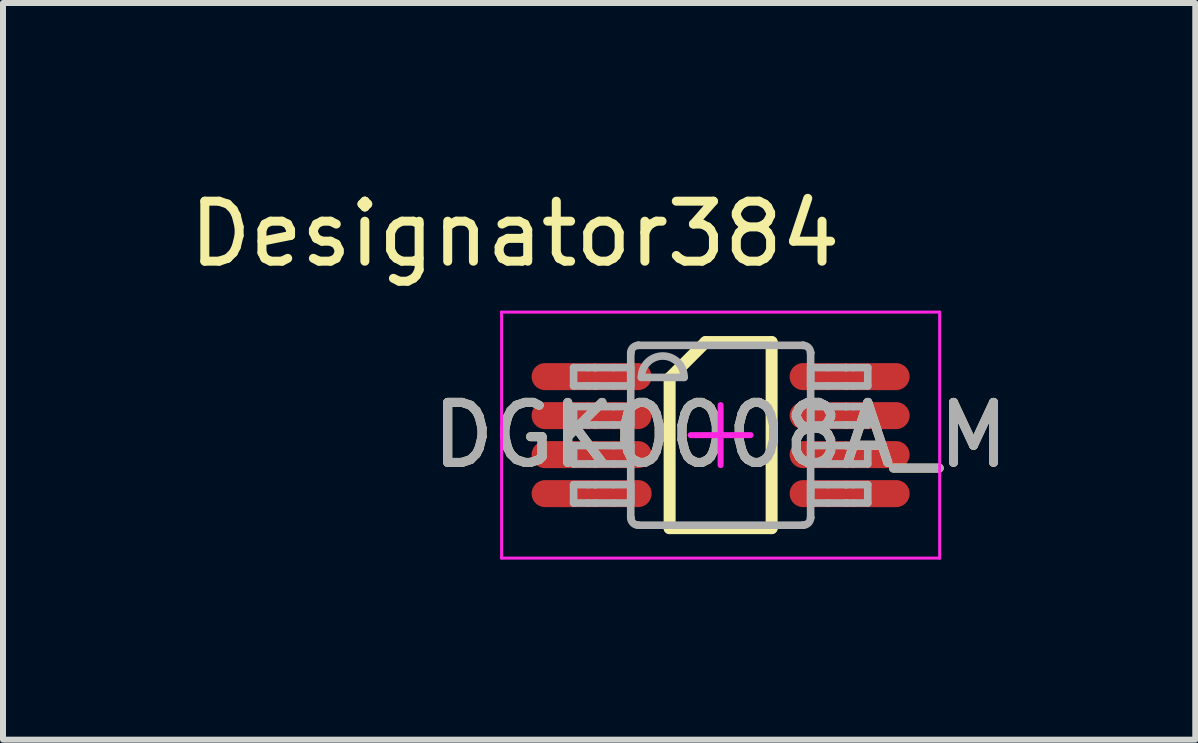
<source format=kicad_pcb>
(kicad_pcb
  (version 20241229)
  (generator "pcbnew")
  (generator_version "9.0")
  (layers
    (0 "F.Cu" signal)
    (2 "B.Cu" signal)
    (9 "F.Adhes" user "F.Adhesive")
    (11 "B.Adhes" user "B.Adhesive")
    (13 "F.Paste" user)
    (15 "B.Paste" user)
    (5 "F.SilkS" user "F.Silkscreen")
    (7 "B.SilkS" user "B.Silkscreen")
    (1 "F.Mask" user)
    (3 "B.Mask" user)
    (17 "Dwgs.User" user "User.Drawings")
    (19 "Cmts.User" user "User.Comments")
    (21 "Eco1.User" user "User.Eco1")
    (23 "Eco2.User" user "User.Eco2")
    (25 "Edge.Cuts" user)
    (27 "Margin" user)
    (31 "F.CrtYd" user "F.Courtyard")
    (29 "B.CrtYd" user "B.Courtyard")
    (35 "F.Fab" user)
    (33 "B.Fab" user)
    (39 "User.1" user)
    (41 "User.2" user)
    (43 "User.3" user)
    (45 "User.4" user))
  (footprint "DGK0008A_M"
    (layer "F.Cu")
    (at 8.959 4.201)
    (property "Reference" "DGK0008A_M" (at 0 0 0) (unlocked yes) (layer "F.SilkS") (effects (font (size 1 1) (thickness 0.15))))
    (attr smd)
    (fp_line (start -0.85 -0.95) (end -0.25 -1.55) (stroke (width 0.2) (type solid)) (layer "F.SilkS"))
    (fp_line (start -0.85 1.55) (end -0.85 -0.95) (stroke (width 0.2) (type solid)) (layer "F.SilkS"))
    (fp_line (start -0.85 1.55) (end 0.85 1.55) (stroke (width 0.2) (type solid)) (layer "F.SilkS"))
    (fp_line (start -0.25 -1.55) (end 0.85 -1.55) (stroke (width 0.2) (type solid)) (layer "F.SilkS"))
    (fp_line (start 0.85 1.55) (end 0.85 -1.55) (stroke (width 0.2) (type solid)) (layer "F.SilkS"))
    (fp_line (start -3.65 -2.05) (end 3.65 -2.05) (stroke (width 0.05) (type solid)) (layer "F.CrtYd"))
    (fp_line (start -3.65 2.05) (end -3.65 -2.05) (stroke (width 0.05) (type solid)) (layer "F.CrtYd"))
    (fp_line (start -3.65 2.05) (end 3.65 2.05) (stroke (width 0.05) (type solid)) (layer "F.CrtYd"))
    (fp_line (start -0.5 -0.000003) (end 0.5 -0.000003) (stroke (width 0.1) (type solid)) (layer "F.CrtYd"))
    (fp_line (start 0.000003 0.5) (end 0.000003 -0.5) (stroke (width 0.1) (type solid)) (layer "F.CrtYd"))
    (fp_line (start 3.65 2.05) (end 3.65 -2.05) (stroke (width 0.05) (type solid)) (layer "F.CrtYd"))
    (fp_line (start -2.45 -1.125) (end -2.21 -1.125) (stroke (width 0.127) (type solid)) (layer "F.Fab"))
    (fp_line (start -2.45 -0.82) (end -2.45 -1.125) (stroke (width 0.127) (type solid)) (layer "F.Fab"))
    (fp_line (start -2.45 -0.82) (end -2.21 -0.82) (stroke (width 0.127) (type solid)) (layer "F.Fab"))
    (fp_line (start -2.45 -0.475) (end -2.21 -0.475) (stroke (width 0.127) (type solid)) (layer "F.Fab"))
    (fp_line (start -2.45 -0.17) (end -2.45 -0.475) (stroke (width 0.127) (type solid)) (layer "F.Fab"))
    (fp_line (start -2.45 -0.17) (end -2.21 -0.17) (stroke (width 0.127) (type solid)) (layer "F.Fab"))
    (fp_line (start -2.45 0.175) (end -2.21 0.175) (stroke (width 0.127) (type solid)) (layer "F.Fab"))
    (fp_line (start -2.45 0.48) (end -2.45 0.175) (stroke (width 0.127) (type solid)) (layer "F.Fab"))
    (fp_line (start -2.45 0.48) (end -2.21 0.48) (stroke (width 0.127) (type solid)) (layer "F.Fab"))
    (fp_line (start -2.45 0.826) (end -2.21 0.826) (stroke (width 0.127) (type solid)) (layer "F.Fab"))
    (fp_line (start -2.45 1.131) (end -2.45 0.826) (stroke (width 0.127) (type solid)) (layer "F.Fab"))
    (fp_line (start -2.45 1.131) (end -2.21 1.131) (stroke (width 0.127) (type solid)) (layer "F.Fab"))
    (fp_line (start -2.21 -1.125) (end -2.091 -1.125) (stroke (width 0.127) (type solid)) (layer "F.Fab"))
    (fp_line (start -2.21 -0.82) (end -2.091 -0.82) (stroke (width 0.127) (type solid)) (layer "F.Fab"))
    (fp_line (start -2.21 -0.475) (end -2.091 -0.475) (stroke (width 0.127) (type solid)) (layer "F.Fab"))
    (fp_line (start -2.21 -0.17) (end -2.091 -0.17) (stroke (width 0.127) (type solid)) (layer "F.Fab"))
    (fp_line (start -2.21 0.175) (end -2.091 0.175) (stroke (width 0.127) (type solid)) (layer "F.Fab"))
    (fp_line (start -2.21 0.48) (end -2.091 0.48) (stroke (width 0.127) (type solid)) (layer "F.Fab"))
    (fp_line (start -2.21 0.826) (end -2.091 0.826) (stroke (width 0.127) (type solid)) (layer "F.Fab"))
    (fp_line (start -2.21 1.131) (end -2.091 1.131) (stroke (width 0.127) (type solid)) (layer "F.Fab"))
    (fp_line (start -2.091 -1.125) (end -2.087 -1.125) (stroke (width 0.127) (type solid)) (layer "F.Fab"))
    (fp_line (start -2.091 -0.82) (end -2.087 -0.82) (stroke (width 0.127) (type solid)) (layer "F.Fab"))
    (fp_line (start -2.091 -0.475) (end -2.087 -0.475) (stroke (width 0.127) (type solid)) (layer "F.Fab"))
    (fp_line (start -2.091 -0.17) (end -2.087 -0.17) (stroke (width 0.127) (type solid)) (layer "F.Fab"))
    (fp_line (start -2.091 0.175) (end -2.087 0.175) (stroke (width 0.127) (type solid)) (layer "F.Fab"))
    (fp_line (start -2.091 0.48) (end -2.087 0.48) (stroke (width 0.127) (type solid)) (layer "F.Fab"))
    (fp_line (start -2.091 0.826) (end -2.087 0.826) (stroke (width 0.127) (type solid)) (layer "F.Fab"))
    (fp_line (start -2.091 1.131) (end -2.087 1.131) (stroke (width 0.127) (type solid)) (layer "F.Fab"))
    (fp_line (start -2.087 -1.125) (end -1.784 -1.125) (stroke (width 0.127) (type solid)) (layer "F.Fab"))
    (fp_line (start -2.087 -0.82) (end -1.784 -0.82) (stroke (width 0.127) (type solid)) (layer "F.Fab"))
    (fp_line (start -2.087 -0.475) (end -1.784 -0.475) (stroke (width 0.127) (type solid)) (layer "F.Fab"))
    (fp_line (start -2.087 -0.17) (end -1.784 -0.17) (stroke (width 0.127) (type solid)) (layer "F.Fab"))
    (fp_line (start -2.087 0.175) (end -1.784 0.175) (stroke (width 0.127) (type solid)) (layer "F.Fab"))
    (fp_line (start -2.087 0.48) (end -1.784 0.48) (stroke (width 0.127) (type solid)) (layer "F.Fab"))
    (fp_line (start -2.087 0.826) (end -1.784 0.826) (stroke (width 0.127) (type solid)) (layer "F.Fab"))
    (fp_line (start -2.087 1.131) (end -1.784 1.131) (stroke (width 0.127) (type solid)) (layer "F.Fab"))
    (fp_line (start -1.784 -1.125) (end -1.498 -1.125) (stroke (width 0.127) (type solid)) (layer "F.Fab"))
    (fp_line (start -1.784 -0.82) (end -1.498 -0.82) (stroke (width 0.127) (type solid)) (layer "F.Fab"))
    (fp_line (start -1.784 -0.475) (end -1.498 -0.475) (stroke (width 0.127) (type solid)) (layer "F.Fab"))
    (fp_line (start -1.784 -0.17) (end -1.498 -0.17) (stroke (width 0.127) (type solid)) (layer "F.Fab"))
    (fp_line (start -1.784 0.175) (end -1.498 0.175) (stroke (width 0.127) (type solid)) (layer "F.Fab"))
    (fp_line (start -1.784 0.48) (end -1.498 0.48) (stroke (width 0.127) (type solid)) (layer "F.Fab"))
    (fp_line (start -1.784 0.826) (end -1.498 0.826) (stroke (width 0.127) (type solid)) (layer "F.Fab"))
    (fp_line (start -1.784 1.131) (end -1.498 1.131) (stroke (width 0.127) (type solid)) (layer "F.Fab"))
    (fp_line (start -1.498 -1.369) (end -1.497 -1.372) (stroke (width 0.127) (type solid)) (layer "F.Fab"))
    (fp_line (start -1.498 -0.82) (end -1.498 -1.125) (stroke (width 0.127) (type solid)) (layer "F.Fab"))
    (fp_line (start -1.498 -0.17) (end -1.498 -0.475) (stroke (width 0.127) (type solid)) (layer "F.Fab"))
    (fp_line (start -1.498 0.48) (end -1.498 0.175) (stroke (width 0.127) (type solid)) (layer "F.Fab"))
    (fp_line (start -1.498 1.131) (end -1.498 0.826) (stroke (width 0.127) (type solid)) (layer "F.Fab"))
    (fp_line (start -1.498 1.374) (end -1.498 -1.369) (stroke (width 0.127) (type solid)) (layer "F.Fab"))
    (fp_line (start -1.498 1.374) (end -1.497 1.377) (stroke (width 0.127) (type solid)) (layer "F.Fab"))
    (fp_line (start -1.373 -1.496) (end -1.371 -1.496) (stroke (width 0.127) (type solid)) (layer "F.Fab"))
    (fp_line (start -1.373 1.501) (end -1.371 1.501) (stroke (width 0.127) (type solid)) (layer "F.Fab"))
    (fp_line (start -1.371 -1.496) (end 1.373 -1.496) (stroke (width 0.127) (type solid)) (layer "F.Fab"))
    (fp_line (start -1.371 1.501) (end 1.373 1.501) (stroke (width 0.127) (type solid)) (layer "F.Fab"))
    (fp_line (start -1.32 -0.962) (end -0.609 -0.962) (stroke (width 0.127) (type solid)) (layer "F.Fab"))
    (fp_line (start 1.373 -1.496) (end 1.375 -1.496) (stroke (width 0.127) (type solid)) (layer "F.Fab"))
    (fp_line (start 1.373 1.501) (end 1.375 1.501) (stroke (width 0.127) (type solid)) (layer "F.Fab"))
    (fp_line (start 1.5 -1.372) (end 1.5 -1.369) (stroke (width 0.127) (type solid)) (layer "F.Fab"))
    (fp_line (start 1.5 1.377) (end 1.5 1.374) (stroke (width 0.127) (type solid)) (layer "F.Fab"))
    (fp_line (start 1.5 -1.125) (end 1.786 -1.125) (stroke (width 0.127) (type solid)) (layer "F.Fab"))
    (fp_line (start 1.5 -0.82) (end 1.5 -1.125) (stroke (width 0.127) (type solid)) (layer "F.Fab"))
    (fp_line (start 1.5 -0.82) (end 1.786 -0.82) (stroke (width 0.127) (type solid)) (layer "F.Fab"))
    (fp_line (start 1.5 -0.475) (end 1.786 -0.475) (stroke (width 0.127) (type solid)) (layer "F.Fab"))
    (fp_line (start 1.5 -0.17) (end 1.5 -0.475) (stroke (width 0.127) (type solid)) (layer "F.Fab"))
    (fp_line (start 1.5 -0.17) (end 1.786 -0.17) (stroke (width 0.127) (type solid)) (layer "F.Fab"))
    (fp_line (start 1.5 0.175) (end 1.786 0.175) (stroke (width 0.127) (type solid)) (layer "F.Fab"))
    (fp_line (start 1.5 0.48) (end 1.5 0.175) (stroke (width 0.127) (type solid)) (layer "F.Fab"))
    (fp_line (start 1.5 0.48) (end 1.786 0.48) (stroke (width 0.127) (type solid)) (layer "F.Fab"))
    (fp_line (start 1.5 0.826) (end 1.786 0.826) (stroke (width 0.127) (type solid)) (layer "F.Fab"))
    (fp_line (start 1.5 1.131) (end 1.5 0.826) (stroke (width 0.127) (type solid)) (layer "F.Fab"))
    (fp_line (start 1.5 1.131) (end 1.786 1.131) (stroke (width 0.127) (type solid)) (layer "F.Fab"))
    (fp_line (start 1.5 1.374) (end 1.5 -1.369) (stroke (width 0.127) (type solid)) (layer "F.Fab"))
    (fp_line (start 1.786 -1.125) (end 2.089 -1.125) (stroke (width 0.127) (type solid)) (layer "F.Fab"))
    (fp_line (start 1.786 -0.82) (end 2.089 -0.82) (stroke (width 0.127) (type solid)) (layer "F.Fab"))
    (fp_line (start 1.786 -0.475) (end 2.089 -0.475) (stroke (width 0.127) (type solid)) (layer "F.Fab"))
    (fp_line (start 1.786 -0.17) (end 2.089 -0.17) (stroke (width 0.127) (type solid)) (layer "F.Fab"))
    (fp_line (start 1.786 0.175) (end 2.089 0.175) (stroke (width 0.127) (type solid)) (layer "F.Fab"))
    (fp_line (start 1.786 0.48) (end 2.089 0.48) (stroke (width 0.127) (type solid)) (layer "F.Fab"))
    (fp_line (start 1.786 0.826) (end 2.089 0.826) (stroke (width 0.127) (type solid)) (layer "F.Fab"))
    (fp_line (start 1.786 1.131) (end 2.089 1.131) (stroke (width 0.127) (type solid)) (layer "F.Fab"))
    (fp_line (start 2.089 -1.125) (end 2.093 -1.125) (stroke (width 0.127) (type solid)) (layer "F.Fab"))
    (fp_line (start 2.089 -0.82) (end 2.093 -0.82) (stroke (width 0.127) (type solid)) (layer "F.Fab"))
    (fp_line (start 2.089 -0.475) (end 2.093 -0.475) (stroke (width 0.127) (type solid)) (layer "F.Fab"))
    (fp_line (start 2.089 -0.17) (end 2.093 -0.17) (stroke (width 0.127) (type solid)) (layer "F.Fab"))
    (fp_line (start 2.089 0.175) (end 2.093 0.175) (stroke (width 0.127) (type solid)) (layer "F.Fab"))
    (fp_line (start 2.089 0.48) (end 2.093 0.48) (stroke (width 0.127) (type solid)) (layer "F.Fab"))
    (fp_line (start 2.089 0.826) (end 2.093 0.826) (stroke (width 0.127) (type solid)) (layer "F.Fab"))
    (fp_line (start 2.089 1.131) (end 2.093 1.131) (stroke (width 0.127) (type solid)) (layer "F.Fab"))
    (fp_line (start 2.093 -1.125) (end 2.213 -1.125) (stroke (width 0.127) (type solid)) (layer "F.Fab"))
    (fp_line (start 2.093 -0.82) (end 2.213 -0.82) (stroke (width 0.127) (type solid)) (layer "F.Fab"))
    (fp_line (start 2.093 -0.475) (end 2.213 -0.475) (stroke (width 0.127) (type solid)) (layer "F.Fab"))
    (fp_line (start 2.093 -0.17) (end 2.213 -0.17) (stroke (width 0.127) (type solid)) (layer "F.Fab"))
    (fp_line (start 2.093 0.175) (end 2.213 0.175) (stroke (width 0.127) (type solid)) (layer "F.Fab"))
    (fp_line (start 2.093 0.48) (end 2.213 0.48) (stroke (width 0.127) (type solid)) (layer "F.Fab"))
    (fp_line (start 2.093 0.826) (end 2.213 0.826) (stroke (width 0.127) (type solid)) (layer "F.Fab"))
    (fp_line (start 2.093 1.131) (end 2.213 1.131) (stroke (width 0.127) (type solid)) (layer "F.Fab"))
    (fp_line (start 2.213 -1.125) (end 2.452 -1.125) (stroke (width 0.127) (type solid)) (layer "F.Fab"))
    (fp_line (start 2.213 -0.82) (end 2.452 -0.82) (stroke (width 0.127) (type solid)) (layer "F.Fab"))
    (fp_line (start 2.213 -0.475) (end 2.452 -0.475) (stroke (width 0.127) (type solid)) (layer "F.Fab"))
    (fp_line (start 2.213 -0.17) (end 2.452 -0.17) (stroke (width 0.127) (type solid)) (layer "F.Fab"))
    (fp_line (start 2.213 0.175) (end 2.452 0.175) (stroke (width 0.127) (type solid)) (layer "F.Fab"))
    (fp_line (start 2.213 0.48) (end 2.452 0.48) (stroke (width 0.127) (type solid)) (layer "F.Fab"))
    (fp_line (start 2.213 0.826) (end 2.452 0.826) (stroke (width 0.127) (type solid)) (layer "F.Fab"))
    (fp_line (start 2.213 1.131) (end 2.452 1.131) (stroke (width 0.127) (type solid)) (layer "F.Fab"))
    (fp_line (start 2.452 -0.82) (end 2.452 -1.125) (stroke (width 0.127) (type solid)) (layer "F.Fab"))
    (fp_line (start 2.452 -0.17) (end 2.452 -0.475) (stroke (width 0.127) (type solid)) (layer "F.Fab"))
    (fp_line (start 2.452 0.48) (end 2.452 0.175) (stroke (width 0.127) (type solid)) (layer "F.Fab"))
    (fp_line (start 2.452 1.131) (end 2.452 0.826) (stroke (width 0.127) (type solid)) (layer "F.Fab"))
    (fp_arc (start -1.497476 -1.371582) (mid -1.460306 -1.458644) (end -1.373243 -1.495814) (stroke (width 0.127) (type solid)) (layer "F.Fab"))
    (fp_arc (start -1.373243 1.501336) (mid -1.460306 1.464166) (end -1.497476 1.377104) (stroke (width 0.127) (type solid)) (layer "F.Fab"))
    (fp_arc (start -1.3197 -0.962439) (mid -0.9641 -1.318039) (end -0.6085 -0.962439) (stroke (width 0.127) (type solid)) (layer "F.Fab"))
    (fp_arc (start 1.375443 -1.495814) (mid 1.462505 -1.458644) (end 1.499675 -1.371582) (stroke (width 0.127) (type solid)) (layer "F.Fab"))
    (fp_arc (start 1.499675 1.377104) (mid 1.462505 1.464166) (end 1.375443 1.501336) (stroke (width 0.127) (type solid)) (layer "F.Fab"))
    (fp_text user "Designator384" (at -3.429 -3.353 0) (unlocked yes) (layer "F.SilkS") (effects (font (size 1 1) (thickness 0.15))))
    (fp_text user "${REFERENCE}" (at 0 0 0) (unlocked yes) (layer "F.Fab") (effects (font (size 1 1) (thickness 0.15))))
    (pad "1" smd oval (at -2.15 -0.975 90) (size 0.45 2) (layers "F.Cu" "F.Mask" "F.Paste"))
    (pad "2" smd oval (at -2.15 -0.325 90) (size 0.45 2) (layers "F.Cu" "F.Mask" "F.Paste"))
    (pad "3" smd oval (at -2.15 0.325 90) (size 0.45 2) (layers "F.Cu" "F.Mask" "F.Paste"))
    (pad "4" smd oval (at -2.15 0.975 90) (size 0.45 2) (layers "F.Cu" "F.Mask" "F.Paste"))
    (pad "5" smd oval (at 2.15 0.975 90) (size 0.45 2) (layers "F.Cu" "F.Mask" "F.Paste"))
    (pad "6" smd oval (at 2.15 0.325 90) (size 0.45 2) (layers "F.Cu" "F.Mask" "F.Paste"))
    (pad "7" smd oval (at 2.15 -0.325 90) (size 0.45 2) (layers "F.Cu" "F.Mask" "F.Paste"))
    (pad "8" smd oval (at 2.15 -0.975 90) (size 0.45 2) (layers "F.Cu" "F.Mask" "F.Paste")))
  (gr_rect
    (start -3 -3)
    (end 16.869 9.276)
    (stroke (width 0.1) (type default))
    (fill no)
    (layer "Edge.Cuts")))
</source>
